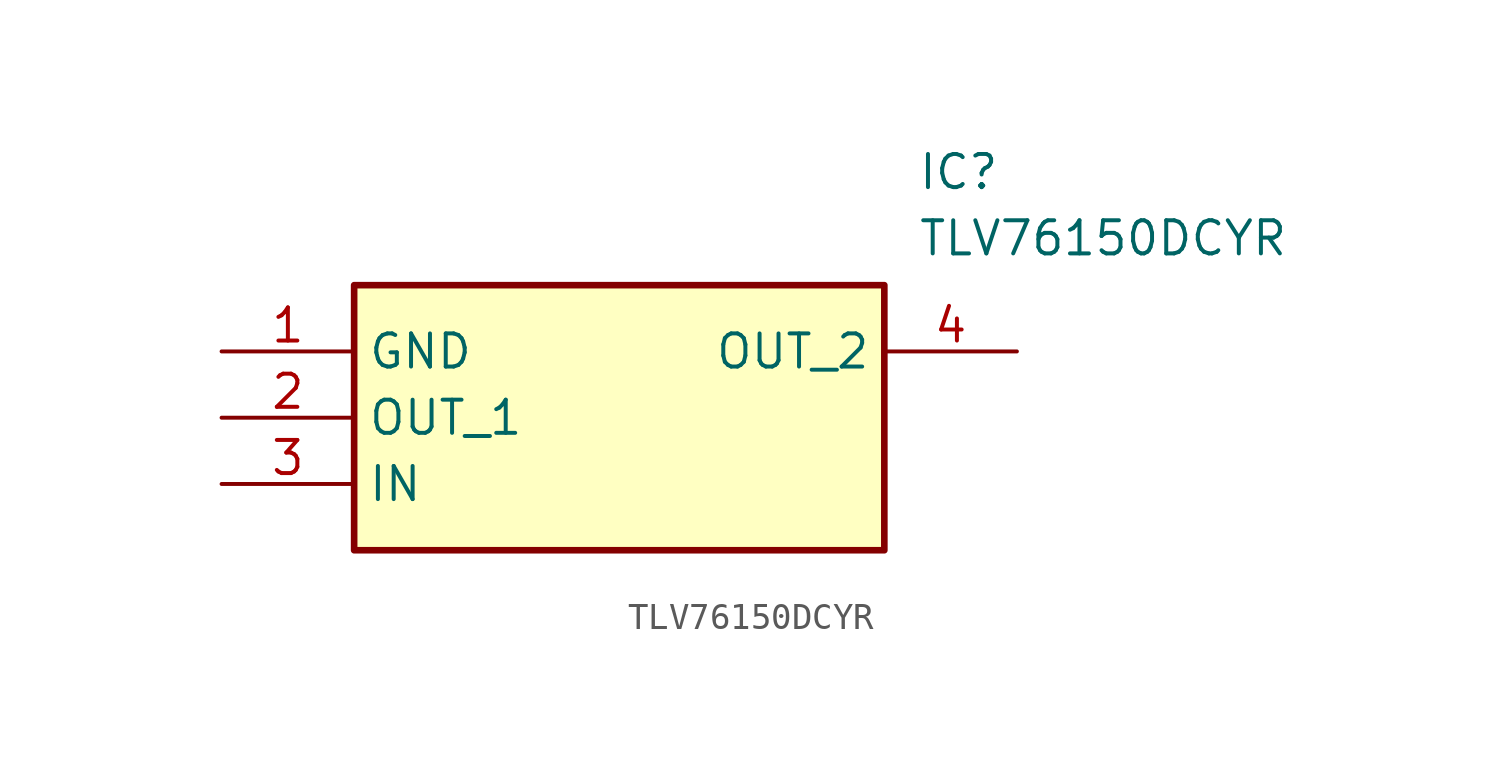
<source format=kicad_sym>
(kicad_symbol_lib
  (version 20211014)
  (generator SamacSys_ECAD_Model)
  (symbol "TLV76150DCYR"
    (property "Reference" "IC"
      (at 26.67 7.62 0)
      (effects (font (size 1.27 1.27)) (justify left top)))
    (property "Value" "TLV76150DCYR"
      (at 26.67 5.08 0)
      (effects (font (size 1.27 1.27)) (justify left top)))
    (rectangle
      (start 5.08 2.54)
      (end 25.4 -7.62)
      (stroke (width 0.254) (type default))
      (fill (type background)))
    (pin passive line
      (at 0 0 0)
      (length 5.08)
      (name "GND" (effects (font (size 1.27 1.27))))
      (number "1" (effects (font (size 1.27 1.27)))))
    (pin passive line
      (at 0 -2.54 0)
      (length 5.08)
      (name "OUT_1" (effects (font (size 1.27 1.27))))
      (number "2" (effects (font (size 1.27 1.27)))))
    (pin passive line
      (at 0 -5.08 0)
      (length 5.08)
      (name "IN" (effects (font (size 1.27 1.27))))
      (number "3" (effects (font (size 1.27 1.27)))))
    (pin passive line
      (at 30.48 0 180)
      (length 5.08)
      (name "OUT_2" (effects (font (size 1.27 1.27))))
      (number "4" (effects (font (size 1.27 1.27)))))))
</source>
